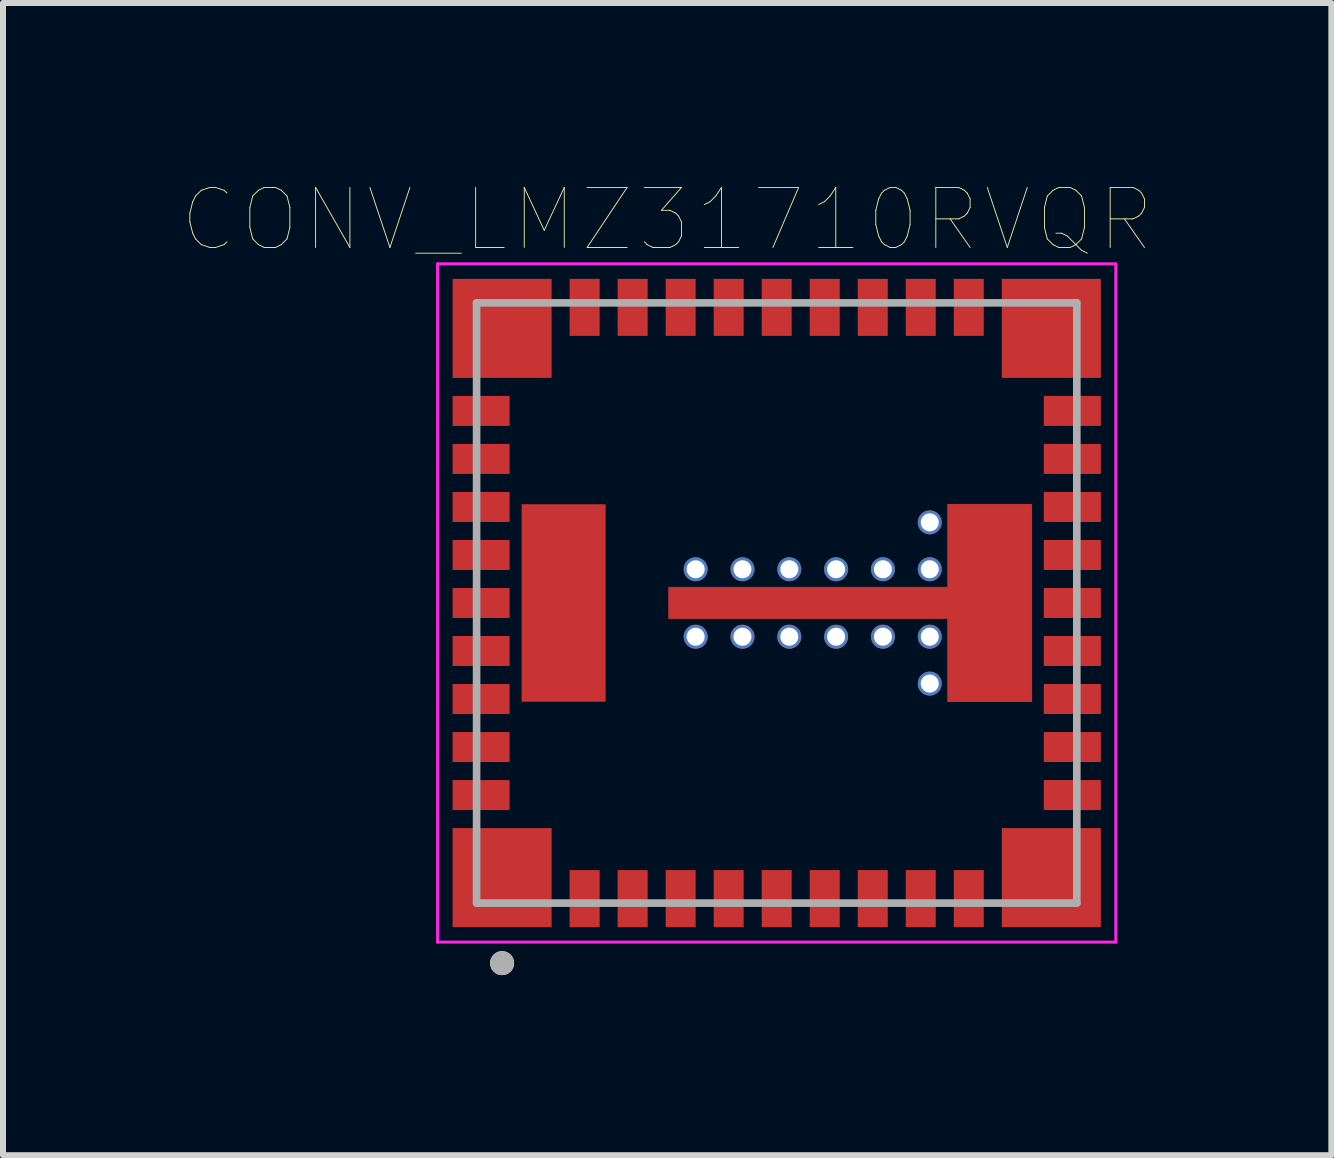
<source format=kicad_pcb>
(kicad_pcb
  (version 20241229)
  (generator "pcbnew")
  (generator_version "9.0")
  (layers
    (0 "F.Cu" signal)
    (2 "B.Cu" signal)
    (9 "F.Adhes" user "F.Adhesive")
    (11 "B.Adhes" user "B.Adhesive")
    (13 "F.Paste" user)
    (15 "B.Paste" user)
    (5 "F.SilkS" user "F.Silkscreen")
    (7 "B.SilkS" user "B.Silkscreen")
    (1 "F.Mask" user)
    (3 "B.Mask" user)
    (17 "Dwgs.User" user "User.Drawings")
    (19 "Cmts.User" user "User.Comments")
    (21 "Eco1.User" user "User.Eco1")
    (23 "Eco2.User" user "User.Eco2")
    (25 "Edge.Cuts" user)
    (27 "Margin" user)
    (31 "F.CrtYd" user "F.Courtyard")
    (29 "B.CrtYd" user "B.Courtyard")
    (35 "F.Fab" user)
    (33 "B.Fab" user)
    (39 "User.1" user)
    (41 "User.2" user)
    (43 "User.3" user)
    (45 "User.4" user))
  (footprint "CONV_LMZ31710RVQR"
    (layer "F.Cu")
    (at 9.89 6.996)
    (property "Reference" "CONV_LMZ31710RVQR" (at -1.825 -6.385 0) (layer "F.SilkS") (effects (font (size 1 1) (thickness 0.015))))
    (attr through_hole)
    (fp_poly (pts (xy 4.25 -1.645) (xy 2.85 -1.645) (xy 2.85 -0.263) (xy -1.8 -0.263) (xy -1.8 0.263) (xy 2.85 0.263) (xy 2.85 1.645) (xy 4.25 1.645)) (stroke (width 0.01) (type solid)) (fill yes) (layer "F.Cu"))
    (fp_poly (pts (xy -5.45 -5.45) (xy -3.7 -5.45) (xy -3.7 -3.7) (xy -5.45 -3.7)) (stroke (width 0.01) (type solid)) (fill yes) (layer "F.Mask"))
    (fp_poly (pts (xy -5.45 -3.5) (xy -4.4 -3.5) (xy -4.4 -2.9) (xy -5.45 -2.9)) (stroke (width 0.01) (type solid)) (fill yes) (layer "F.Mask"))
    (fp_poly (pts (xy -5.45 -2.7) (xy -4.4 -2.7) (xy -4.4 -2.1) (xy -5.45 -2.1)) (stroke (width 0.01) (type solid)) (fill yes) (layer "F.Mask"))
    (fp_poly (pts (xy -5.45 -1.9) (xy -4.4 -1.9) (xy -4.4 -1.3) (xy -5.45 -1.3)) (stroke (width 0.01) (type solid)) (fill yes) (layer "F.Mask"))
    (fp_poly (pts (xy -5.45 -1.1) (xy -4.4 -1.1) (xy -4.4 -0.5) (xy -5.45 -0.5)) (stroke (width 0.01) (type solid)) (fill yes) (layer "F.Mask"))
    (fp_poly (pts (xy -5.45 -0.3) (xy -4.4 -0.3) (xy -4.4 0.3) (xy -5.45 0.3)) (stroke (width 0.01) (type solid)) (fill yes) (layer "F.Mask"))
    (fp_poly (pts (xy -5.45 0.5) (xy -4.4 0.5) (xy -4.4 1.1) (xy -5.45 1.1)) (stroke (width 0.01) (type solid)) (fill yes) (layer "F.Mask"))
    (fp_poly (pts (xy -5.45 1.3) (xy -4.4 1.3) (xy -4.4 1.9) (xy -5.45 1.9)) (stroke (width 0.01) (type solid)) (fill yes) (layer "F.Mask"))
    (fp_poly (pts (xy -5.45 2.1) (xy -4.4 2.1) (xy -4.4 2.7) (xy -5.45 2.7)) (stroke (width 0.01) (type solid)) (fill yes) (layer "F.Mask"))
    (fp_poly (pts (xy -5.45 2.9) (xy -4.4 2.9) (xy -4.4 3.5) (xy -5.45 3.5)) (stroke (width 0.01) (type solid)) (fill yes) (layer "F.Mask"))
    (fp_poly (pts (xy -5.45 3.7) (xy -3.7 3.7) (xy -3.7 5.45) (xy -5.45 5.45)) (stroke (width 0.01) (type solid)) (fill yes) (layer "F.Mask"))
    (fp_poly (pts (xy -4.3 -1.695) (xy -2.8 -1.695) (xy -2.8 1.695) (xy -4.3 1.695)) (stroke (width 0.01) (type solid)) (fill yes) (layer "F.Mask"))
    (fp_poly (pts (xy -3.5 -5.45) (xy -2.9 -5.45) (xy -2.9 -4.4) (xy -3.5 -4.4)) (stroke (width 0.01) (type solid)) (fill yes) (layer "F.Mask"))
    (fp_poly (pts (xy -3.5 4.4) (xy -2.9 4.4) (xy -2.9 5.45) (xy -3.5 5.45)) (stroke (width 0.01) (type solid)) (fill yes) (layer "F.Mask"))
    (fp_poly (pts (xy -2.7 -5.45) (xy -2.1 -5.45) (xy -2.1 -4.4) (xy -2.7 -4.4)) (stroke (width 0.01) (type solid)) (fill yes) (layer "F.Mask"))
    (fp_poly (pts (xy -2.7 4.4) (xy -2.1 4.4) (xy -2.1 5.45) (xy -2.7 5.45)) (stroke (width 0.01) (type solid)) (fill yes) (layer "F.Mask"))
    (fp_poly (pts (xy -1.9 -5.45) (xy -1.3 -5.45) (xy -1.3 -4.4) (xy -1.9 -4.4)) (stroke (width 0.01) (type solid)) (fill yes) (layer "F.Mask"))
    (fp_poly (pts (xy -1.9 4.4) (xy -1.3 4.4) (xy -1.3 5.45) (xy -1.9 5.45)) (stroke (width 0.01) (type solid)) (fill yes) (layer "F.Mask"))
    (fp_poly (pts (xy -1.1 -5.45) (xy -0.5 -5.45) (xy -0.5 -4.4) (xy -1.1 -4.4)) (stroke (width 0.01) (type solid)) (fill yes) (layer "F.Mask"))
    (fp_poly (pts (xy -1.1 4.4) (xy -0.5 4.4) (xy -0.5 5.45) (xy -1.1 5.45)) (stroke (width 0.01) (type solid)) (fill yes) (layer "F.Mask"))
    (fp_poly (pts (xy -0.3 -5.45) (xy 0.3 -5.45) (xy 0.3 -4.4) (xy -0.3 -4.4)) (stroke (width 0.01) (type solid)) (fill yes) (layer "F.Mask"))
    (fp_poly (pts (xy -0.3 4.4) (xy 0.3 4.4) (xy 0.3 5.45) (xy -0.3 5.45)) (stroke (width 0.01) (type solid)) (fill yes) (layer "F.Mask"))
    (fp_poly (pts (xy 0.5 -5.45) (xy 1.1 -5.45) (xy 1.1 -4.4) (xy 0.5 -4.4)) (stroke (width 0.01) (type solid)) (fill yes) (layer "F.Mask"))
    (fp_poly (pts (xy 0.5 4.4) (xy 1.1 4.4) (xy 1.1 5.45) (xy 0.5 5.45)) (stroke (width 0.01) (type solid)) (fill yes) (layer "F.Mask"))
    (fp_poly (pts (xy 1.3 -5.45) (xy 1.9 -5.45) (xy 1.9 -4.4) (xy 1.3 -4.4)) (stroke (width 0.01) (type solid)) (fill yes) (layer "F.Mask"))
    (fp_poly (pts (xy 1.3 4.4) (xy 1.9 4.4) (xy 1.9 5.45) (xy 1.3 5.45)) (stroke (width 0.01) (type solid)) (fill yes) (layer "F.Mask"))
    (fp_poly (pts (xy 2.1 -5.45) (xy 2.7 -5.45) (xy 2.7 -4.4) (xy 2.1 -4.4)) (stroke (width 0.01) (type solid)) (fill yes) (layer "F.Mask"))
    (fp_poly (pts (xy 2.1 4.4) (xy 2.7 4.4) (xy 2.7 5.45) (xy 2.1 5.45)) (stroke (width 0.01) (type solid)) (fill yes) (layer "F.Mask"))
    (fp_poly (pts (xy 2.9 -5.45) (xy 3.5 -5.45) (xy 3.5 -4.4) (xy 2.9 -4.4)) (stroke (width 0.01) (type solid)) (fill yes) (layer "F.Mask"))
    (fp_poly (pts (xy 2.9 4.4) (xy 3.5 4.4) (xy 3.5 5.45) (xy 2.9 5.45)) (stroke (width 0.01) (type solid)) (fill yes) (layer "F.Mask"))
    (fp_poly (pts (xy 3.7 -5.45) (xy 5.45 -5.45) (xy 5.45 -3.7) (xy 3.7 -3.7)) (stroke (width 0.01) (type solid)) (fill yes) (layer "F.Mask"))
    (fp_poly (pts (xy 3.7 3.7) (xy 5.45 3.7) (xy 5.45 5.45) (xy 3.7 5.45)) (stroke (width 0.01) (type solid)) (fill yes) (layer "F.Mask"))
    (fp_poly (pts (xy 4.4 -3.5) (xy 5.45 -3.5) (xy 5.45 -2.9) (xy 4.4 -2.9)) (stroke (width 0.01) (type solid)) (fill yes) (layer "F.Mask"))
    (fp_poly (pts (xy 4.4 -2.7) (xy 5.45 -2.7) (xy 5.45 -2.1) (xy 4.4 -2.1)) (stroke (width 0.01) (type solid)) (fill yes) (layer "F.Mask"))
    (fp_poly (pts (xy 4.4 -1.9) (xy 5.45 -1.9) (xy 5.45 -1.3) (xy 4.4 -1.3)) (stroke (width 0.01) (type solid)) (fill yes) (layer "F.Mask"))
    (fp_poly (pts (xy 4.4 -1.1) (xy 5.45 -1.1) (xy 5.45 -0.5) (xy 4.4 -0.5)) (stroke (width 0.01) (type solid)) (fill yes) (layer "F.Mask"))
    (fp_poly (pts (xy 4.4 -0.3) (xy 5.45 -0.3) (xy 5.45 0.3) (xy 4.4 0.3)) (stroke (width 0.01) (type solid)) (fill yes) (layer "F.Mask"))
    (fp_poly (pts (xy 4.4 0.5) (xy 5.45 0.5) (xy 5.45 1.1) (xy 4.4 1.1)) (stroke (width 0.01) (type solid)) (fill yes) (layer "F.Mask"))
    (fp_poly (pts (xy 4.4 1.3) (xy 5.45 1.3) (xy 5.45 1.9) (xy 4.4 1.9)) (stroke (width 0.01) (type solid)) (fill yes) (layer "F.Mask"))
    (fp_poly (pts (xy 4.4 2.1) (xy 5.45 2.1) (xy 5.45 2.7) (xy 4.4 2.7)) (stroke (width 0.01) (type solid)) (fill yes) (layer "F.Mask"))
    (fp_poly (pts (xy 4.4 2.9) (xy 5.45 2.9) (xy 5.45 3.5) (xy 4.4 3.5)) (stroke (width 0.01) (type solid)) (fill yes) (layer "F.Mask"))
    (fp_poly (pts (xy 4.3 -1.695) (xy 2.25 -1.695) (xy 2.25 -0.863) (xy -1.85 -0.863) (xy -1.85 0.863) (xy 2.25 0.863) (xy 2.25 1.695) (xy 4.3 1.695)) (stroke (width 0.01) (type solid)) (fill yes) (layer "F.Mask"))
    (fp_circle (center -4.575 6) (end -4.475 6) (stroke (width 0.2) (type solid)) (fill no) (layer "F.SilkS"))
    (fp_poly (pts (xy -5.375 -3.425) (xy -4.475 -3.425) (xy -4.475 -2.975) (xy -5.375 -2.975)) (stroke (width 0.01) (type solid)) (fill yes) (layer "F.Paste"))
    (fp_poly (pts (xy -5.375 -2.625) (xy -4.475 -2.625) (xy -4.475 -2.175) (xy -5.375 -2.175)) (stroke (width 0.01) (type solid)) (fill yes) (layer "F.Paste"))
    (fp_poly (pts (xy -5.375 -1.825) (xy -4.475 -1.825) (xy -4.475 -1.375) (xy -5.375 -1.375)) (stroke (width 0.01) (type solid)) (fill yes) (layer "F.Paste"))
    (fp_poly (pts (xy -5.375 -1.025) (xy -4.475 -1.025) (xy -4.475 -0.575) (xy -5.375 -0.575)) (stroke (width 0.01) (type solid)) (fill yes) (layer "F.Paste"))
    (fp_poly (pts (xy -5.375 -0.225) (xy -4.475 -0.225) (xy -4.475 0.225) (xy -5.375 0.225)) (stroke (width 0.01) (type solid)) (fill yes) (layer "F.Paste"))
    (fp_poly (pts (xy -5.375 0.575) (xy -4.475 0.575) (xy -4.475 1.025) (xy -5.375 1.025)) (stroke (width 0.01) (type solid)) (fill yes) (layer "F.Paste"))
    (fp_poly (pts (xy -5.375 1.375) (xy -4.475 1.375) (xy -4.475 1.825) (xy -5.375 1.825)) (stroke (width 0.01) (type solid)) (fill yes) (layer "F.Paste"))
    (fp_poly (pts (xy -5.375 2.175) (xy -4.475 2.175) (xy -4.475 2.625) (xy -5.375 2.625)) (stroke (width 0.01) (type solid)) (fill yes) (layer "F.Paste"))
    (fp_poly (pts (xy -5.375 2.975) (xy -4.475 2.975) (xy -4.475 3.425) (xy -5.375 3.425)) (stroke (width 0.01) (type solid)) (fill yes) (layer "F.Paste"))
    (fp_poly (pts (xy -5.175 -5.175) (xy -3.975 -5.175) (xy -3.975 -3.975) (xy -5.175 -3.975)) (stroke (width 0.01) (type solid)) (fill yes) (layer "F.Paste"))
    (fp_poly (pts (xy -5.175 3.975) (xy -3.975 3.975) (xy -3.975 5.175) (xy -5.175 5.175)) (stroke (width 0.01) (type solid)) (fill yes) (layer "F.Paste"))
    (fp_poly (pts (xy -4.23 -1.62) (xy -3.7 -1.62) (xy -3.7 -0.15) (xy -4.23 -0.15)) (stroke (width 0.01) (type solid)) (fill yes) (layer "F.Paste"))
    (fp_poly (pts (xy -4.23 0.15) (xy -3.7 0.15) (xy -3.7 1.62) (xy -4.23 1.62)) (stroke (width 0.01) (type solid)) (fill yes) (layer "F.Paste"))
    (fp_poly (pts (xy -3.425 -5.375) (xy -2.975 -5.375) (xy -2.975 -4.475) (xy -3.425 -4.475)) (stroke (width 0.01) (type solid)) (fill yes) (layer "F.Paste"))
    (fp_poly (pts (xy -3.425 4.475) (xy -2.975 4.475) (xy -2.975 5.375) (xy -3.425 5.375)) (stroke (width 0.01) (type solid)) (fill yes) (layer "F.Paste"))
    (fp_poly (pts (xy -3.4 -1.62) (xy -2.87 -1.62) (xy -2.87 -0.15) (xy -3.4 -0.15)) (stroke (width 0.01) (type solid)) (fill yes) (layer "F.Paste"))
    (fp_poly (pts (xy -3.4 0.15) (xy -2.87 0.15) (xy -2.87 1.62) (xy -3.4 1.62)) (stroke (width 0.01) (type solid)) (fill yes) (layer "F.Paste"))
    (fp_poly (pts (xy -2.625 -5.375) (xy -2.175 -5.375) (xy -2.175 -4.475) (xy -2.625 -4.475)) (stroke (width 0.01) (type solid)) (fill yes) (layer "F.Paste"))
    (fp_poly (pts (xy -2.625 4.475) (xy -2.175 4.475) (xy -2.175 5.375) (xy -2.625 5.375)) (stroke (width 0.01) (type solid)) (fill yes) (layer "F.Paste"))
    (fp_poly (pts (xy -1.825 -5.375) (xy -1.375 -5.375) (xy -1.375 -4.475) (xy -1.825 -4.475)) (stroke (width 0.01) (type solid)) (fill yes) (layer "F.Paste"))
    (fp_poly (pts (xy -1.825 4.475) (xy -1.375 4.475) (xy -1.375 5.375) (xy -1.825 5.375)) (stroke (width 0.01) (type solid)) (fill yes) (layer "F.Paste"))
    (fp_poly (pts (xy -1.76 -0.237) (xy -0.53 -0.237) (xy -0.53 0.237) (xy -1.76 0.237)) (stroke (width 0.01) (type solid)) (fill yes) (layer "F.Paste"))
    (fp_poly (pts (xy -1.025 -5.375) (xy -0.575 -5.375) (xy -0.575 -4.475) (xy -1.025 -4.475)) (stroke (width 0.01) (type solid)) (fill yes) (layer "F.Paste"))
    (fp_poly (pts (xy -1.025 4.475) (xy -0.575 4.475) (xy -0.575 5.375) (xy -1.025 5.375)) (stroke (width 0.01) (type solid)) (fill yes) (layer "F.Paste"))
    (fp_poly (pts (xy -0.23 -0.237) (xy 1 -0.237) (xy 1 0.237) (xy -0.23 0.237)) (stroke (width 0.01) (type solid)) (fill yes) (layer "F.Paste"))
    (fp_poly (pts (xy -0.225 -5.375) (xy 0.225 -5.375) (xy 0.225 -4.475) (xy -0.225 -4.475)) (stroke (width 0.01) (type solid)) (fill yes) (layer "F.Paste"))
    (fp_poly (pts (xy -0.225 4.475) (xy 0.225 4.475) (xy 0.225 5.375) (xy -0.225 5.375)) (stroke (width 0.01) (type solid)) (fill yes) (layer "F.Paste"))
    (fp_poly (pts (xy 0.575 -5.375) (xy 1.025 -5.375) (xy 1.025 -4.475) (xy 0.575 -4.475)) (stroke (width 0.01) (type solid)) (fill yes) (layer "F.Paste"))
    (fp_poly (pts (xy 0.575 4.475) (xy 1.025 4.475) (xy 1.025 5.375) (xy 0.575 5.375)) (stroke (width 0.01) (type solid)) (fill yes) (layer "F.Paste"))
    (fp_poly (pts (xy 1.3 -0.237) (xy 2.53 -0.237) (xy 2.53 0.237) (xy 1.3 0.237)) (stroke (width 0.01) (type solid)) (fill yes) (layer "F.Paste"))
    (fp_poly (pts (xy 1.375 -5.375) (xy 1.825 -5.375) (xy 1.825 -4.475) (xy 1.375 -4.475)) (stroke (width 0.01) (type solid)) (fill yes) (layer "F.Paste"))
    (fp_poly (pts (xy 1.375 4.475) (xy 1.825 4.475) (xy 1.825 5.375) (xy 1.375 5.375)) (stroke (width 0.01) (type solid)) (fill yes) (layer "F.Paste"))
    (fp_poly (pts (xy 2.175 -5.375) (xy 2.625 -5.375) (xy 2.625 -4.475) (xy 2.175 -4.475)) (stroke (width 0.01) (type solid)) (fill yes) (layer "F.Paste"))
    (fp_poly (pts (xy 2.175 4.475) (xy 2.625 4.475) (xy 2.625 5.375) (xy 2.175 5.375)) (stroke (width 0.01) (type solid)) (fill yes) (layer "F.Paste"))
    (fp_poly (pts (xy 2.87 -1.62) (xy 3.4 -1.62) (xy 3.4 -0.15) (xy 2.87 -0.15)) (stroke (width 0.01) (type solid)) (fill yes) (layer "F.Paste"))
    (fp_poly (pts (xy 2.87 0.15) (xy 3.4 0.15) (xy 3.4 1.62) (xy 2.87 1.62)) (stroke (width 0.01) (type solid)) (fill yes) (layer "F.Paste"))
    (fp_poly (pts (xy 2.975 -5.375) (xy 3.425 -5.375) (xy 3.425 -4.475) (xy 2.975 -4.475)) (stroke (width 0.01) (type solid)) (fill yes) (layer "F.Paste"))
    (fp_poly (pts (xy 2.975 4.475) (xy 3.425 4.475) (xy 3.425 5.375) (xy 2.975 5.375)) (stroke (width 0.01) (type solid)) (fill yes) (layer "F.Paste"))
    (fp_poly (pts (xy 3.7 -1.62) (xy 4.23 -1.62) (xy 4.23 -0.15) (xy 3.7 -0.15)) (stroke (width 0.01) (type solid)) (fill yes) (layer "F.Paste"))
    (fp_poly (pts (xy 3.7 0.15) (xy 4.23 0.15) (xy 4.23 1.62) (xy 3.7 1.62)) (stroke (width 0.01) (type solid)) (fill yes) (layer "F.Paste"))
    (fp_poly (pts (xy 3.975 -5.175) (xy 5.175 -5.175) (xy 5.175 -3.975) (xy 3.975 -3.975)) (stroke (width 0.01) (type solid)) (fill yes) (layer "F.Paste"))
    (fp_poly (pts (xy 3.975 3.975) (xy 5.175 3.975) (xy 5.175 5.175) (xy 3.975 5.175)) (stroke (width 0.01) (type solid)) (fill yes) (layer "F.Paste"))
    (fp_poly (pts (xy 4.475 -3.425) (xy 5.375 -3.425) (xy 5.375 -2.975) (xy 4.475 -2.975)) (stroke (width 0.01) (type solid)) (fill yes) (layer "F.Paste"))
    (fp_poly (pts (xy 4.475 -2.625) (xy 5.375 -2.625) (xy 5.375 -2.175) (xy 4.475 -2.175)) (stroke (width 0.01) (type solid)) (fill yes) (layer "F.Paste"))
    (fp_poly (pts (xy 4.475 -1.825) (xy 5.375 -1.825) (xy 5.375 -1.375) (xy 4.475 -1.375)) (stroke (width 0.01) (type solid)) (fill yes) (layer "F.Paste"))
    (fp_poly (pts (xy 4.475 -1.025) (xy 5.375 -1.025) (xy 5.375 -0.575) (xy 4.475 -0.575)) (stroke (width 0.01) (type solid)) (fill yes) (layer "F.Paste"))
    (fp_poly (pts (xy 4.475 -0.225) (xy 5.375 -0.225) (xy 5.375 0.225) (xy 4.475 0.225)) (stroke (width 0.01) (type solid)) (fill yes) (layer "F.Paste"))
    (fp_poly (pts (xy 4.475 0.575) (xy 5.375 0.575) (xy 5.375 1.025) (xy 4.475 1.025)) (stroke (width 0.01) (type solid)) (fill yes) (layer "F.Paste"))
    (fp_poly (pts (xy 4.475 1.375) (xy 5.375 1.375) (xy 5.375 1.825) (xy 4.475 1.825)) (stroke (width 0.01) (type solid)) (fill yes) (layer "F.Paste"))
    (fp_poly (pts (xy 4.475 2.175) (xy 5.375 2.175) (xy 5.375 2.625) (xy 4.475 2.625)) (stroke (width 0.01) (type solid)) (fill yes) (layer "F.Paste"))
    (fp_poly (pts (xy 4.475 2.975) (xy 5.375 2.975) (xy 5.375 3.425) (xy 4.475 3.425)) (stroke (width 0.01) (type solid)) (fill yes) (layer "F.Paste"))
    (fp_line (start -5.65 -5.65) (end 5.65 -5.65) (stroke (width 0.05) (type solid)) (layer "F.CrtYd"))
    (fp_line (start -5.65 5.65) (end -5.65 -5.65) (stroke (width 0.05) (type solid)) (layer "F.CrtYd"))
    (fp_line (start 5.65 -5.65) (end 5.65 5.65) (stroke (width 0.05) (type solid)) (layer "F.CrtYd"))
    (fp_line (start 5.65 5.65) (end -5.65 5.65) (stroke (width 0.05) (type solid)) (layer "F.CrtYd"))
    (fp_line (start -5 -5) (end 5 -5) (stroke (width 0.127) (type solid)) (layer "F.Fab"))
    (fp_line (start -5 5) (end -5 -5) (stroke (width 0.127) (type solid)) (layer "F.Fab"))
    (fp_line (start 5 -5) (end 5 5) (stroke (width 0.127) (type solid)) (layer "F.Fab"))
    (fp_line (start 5 5) (end -5 5) (stroke (width 0.127) (type solid)) (layer "F.Fab"))
    (fp_circle (center -4.575 6) (end -4.475 6) (stroke (width 0.2) (type solid)) (fill no) (layer "F.Fab"))
    (pad "1" smd rect (at -4.575 4.575) (size 1.65 1.65) (layers "F.Cu"))
    (pad "2" smd rect (at -3.2 4.925) (size 0.5 0.95) (layers "F.Cu"))
    (pad "3" smd rect (at -2.4 4.925) (size 0.5 0.95) (layers "F.Cu"))
    (pad "4" smd rect (at -1.6 4.925) (size 0.5 0.95) (layers "F.Cu"))
    (pad "5" smd rect (at -0.8 4.925) (size 0.5 0.95) (layers "F.Cu"))
    (pad "6" smd rect (at 0 4.925) (size 0.5 0.95) (layers "F.Cu"))
    (pad "7" smd rect (at 0.8 4.925) (size 0.5 0.95) (layers "F.Cu"))
    (pad "8" smd rect (at 1.6 4.925) (size 0.5 0.95) (layers "F.Cu"))
    (pad "9" smd rect (at 2.4 4.925) (size 0.5 0.95) (layers "F.Cu"))
    (pad "10" smd rect (at 3.2 4.925) (size 0.5 0.95) (layers "F.Cu"))
    (pad "11" smd rect (at 4.575 4.575) (size 1.65 1.65) (layers "F.Cu"))
    (pad "12" smd rect (at 4.925 3.2) (size 0.95 0.5) (layers "F.Cu"))
    (pad "13" smd rect (at 4.925 2.4) (size 0.95 0.5) (layers "F.Cu"))
    (pad "14" smd rect (at 4.925 1.6) (size 0.95 0.5) (layers "F.Cu"))
    (pad "15" smd rect (at 4.925 0.8) (size 0.95 0.5) (layers "F.Cu"))
    (pad "16" smd rect (at 4.925 0) (size 0.95 0.5) (layers "F.Cu"))
    (pad "17" smd rect (at 4.925 -0.8) (size 0.95 0.5) (layers "F.Cu"))
    (pad "18" smd rect (at 4.925 -1.6) (size 0.95 0.5) (layers "F.Cu"))
    (pad "19" smd rect (at 4.925 -2.4) (size 0.95 0.5) (layers "F.Cu"))
    (pad "20" smd rect (at 4.925 -3.2) (size 0.95 0.5) (layers "F.Cu"))
    (pad "21" smd rect (at 4.575 -4.575) (size 1.65 1.65) (layers "F.Cu"))
    (pad "22" smd rect (at 3.2 -4.925) (size 0.5 0.95) (layers "F.Cu"))
    (pad "23" smd rect (at 2.4 -4.925) (size 0.5 0.95) (layers "F.Cu"))
    (pad "24" smd rect (at 1.6 -4.925) (size 0.5 0.95) (layers "F.Cu"))
    (pad "25" smd rect (at 0.8 -4.925) (size 0.5 0.95) (layers "F.Cu"))
    (pad "26" smd rect (at 0 -4.925) (size 0.5 0.95) (layers "F.Cu"))
    (pad "27" smd rect (at -0.8 -4.925) (size 0.5 0.95) (layers "F.Cu"))
    (pad "28" smd rect (at -1.6 -4.925) (size 0.5 0.95) (layers "F.Cu"))
    (pad "29" smd rect (at -2.4 -4.925) (size 0.5 0.95) (layers "F.Cu"))
    (pad "30" smd rect (at -3.2 -4.925) (size 0.5 0.95) (layers "F.Cu"))
    (pad "31" smd rect (at -4.575 -4.575) (size 1.65 1.65) (layers "F.Cu"))
    (pad "32" smd rect (at -4.925 -3.2) (size 0.95 0.5) (layers "F.Cu"))
    (pad "33" smd rect (at -4.925 -2.4) (size 0.95 0.5) (layers "F.Cu"))
    (pad "34" smd rect (at -4.925 -1.6) (size 0.95 0.5) (layers "F.Cu"))
    (pad "35" smd rect (at -4.925 -0.8) (size 0.95 0.5) (layers "F.Cu"))
    (pad "36" smd rect (at -4.925 0) (size 0.95 0.5) (layers "F.Cu"))
    (pad "37" smd rect (at -4.925 0.8) (size 0.95 0.5) (layers "F.Cu"))
    (pad "38" smd rect (at -4.925 1.6) (size 0.95 0.5) (layers "F.Cu"))
    (pad "39" smd rect (at -4.925 2.4) (size 0.95 0.5) (layers "F.Cu"))
    (pad "40" smd rect (at -4.925 3.2) (size 0.95 0.5) (layers "F.Cu"))
    (pad "41" smd rect (at -3.55 0) (size 1.4 3.29) (layers "F.Cu"))
    (pad "42" smd rect (at 3.55 0) (size 1.4 3.29) (layers "F.Cu"))
    (pad "43" thru_hole circle (at 2.55 1.343) (size 0.4 0.4) (drill 0.3) (layers "*.Cu"))
    (pad "44" thru_hole circle (at 2.55 0.562) (size 0.4 0.4) (drill 0.3) (layers "*.Cu"))
    (pad "45" thru_hole circle (at 1.77 0.562) (size 0.4 0.4) (drill 0.3) (layers "*.Cu"))
    (pad "46" thru_hole circle (at 0.99 0.562) (size 0.4 0.4) (drill 0.3) (layers "*.Cu"))
    (pad "47" thru_hole circle (at 0.21 0.562) (size 0.4 0.4) (drill 0.3) (layers "*.Cu"))
    (pad "48" thru_hole circle (at -0.57 0.562) (size 0.4 0.4) (drill 0.3) (layers "*.Cu"))
    (pad "49" thru_hole circle (at -1.35 0.562) (size 0.4 0.4) (drill 0.3) (layers "*.Cu"))
    (pad "50" thru_hole circle (at 2.55 -1.343) (size 0.4 0.4) (drill 0.3) (layers "*.Cu"))
    (pad "51" thru_hole circle (at 2.55 -0.562) (size 0.4 0.4) (drill 0.3) (layers "*.Cu"))
    (pad "52" thru_hole circle (at 1.77 -0.562) (size 0.4 0.4) (drill 0.3) (layers "*.Cu"))
    (pad "53" thru_hole circle (at 0.99 -0.562) (size 0.4 0.4) (drill 0.3) (layers "*.Cu"))
    (pad "54" thru_hole circle (at 0.21 -0.562) (size 0.4 0.4) (drill 0.3) (layers "*.Cu"))
    (pad "55" thru_hole circle (at -0.57 -0.562) (size 0.4 0.4) (drill 0.3) (layers "*.Cu"))
    (pad "56" thru_hole circle (at -1.35 -0.562) (size 0.4 0.4) (drill 0.3) (layers "*.Cu")))
  (gr_rect
    (start -3 -3)
    (end 19.131 16.196)
    (stroke (width 0.1) (type default))
    (fill no)
    (layer "Edge.Cuts")))
</source>
